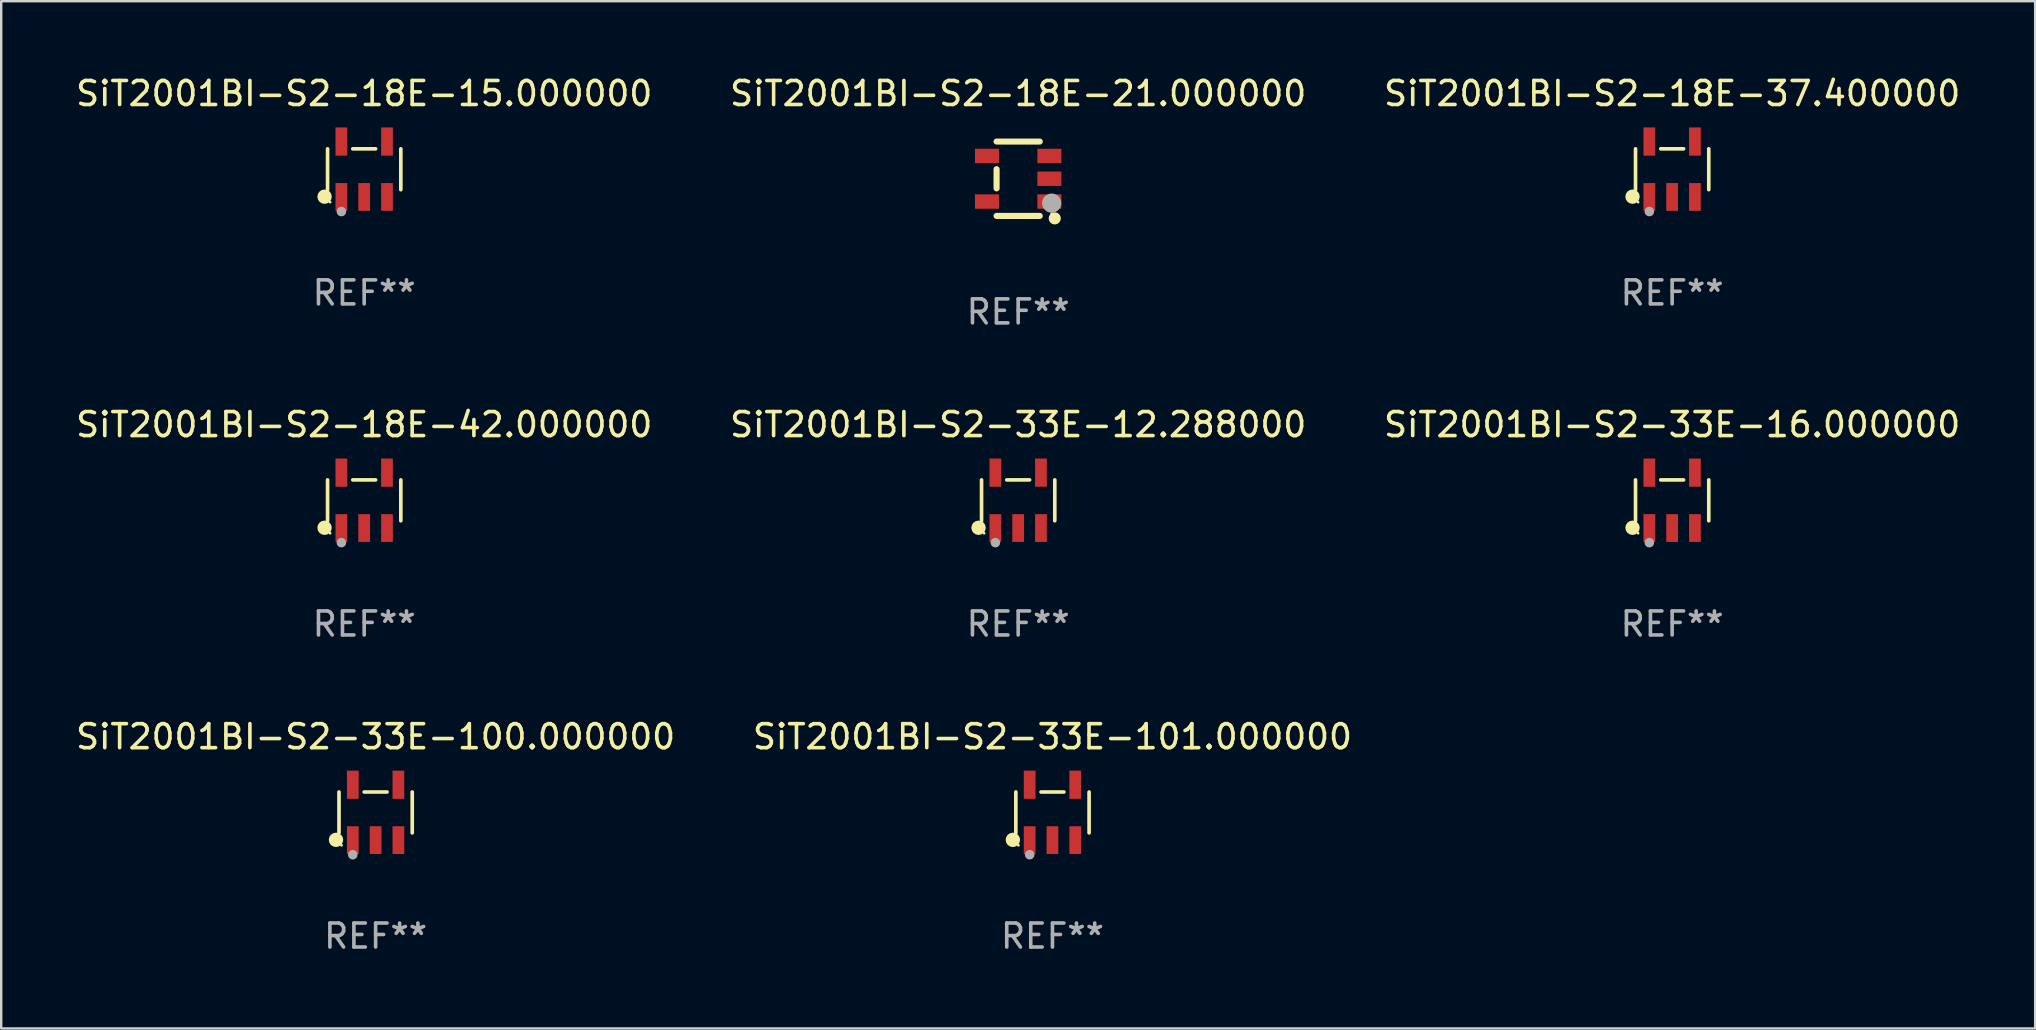
<source format=kicad_pcb>
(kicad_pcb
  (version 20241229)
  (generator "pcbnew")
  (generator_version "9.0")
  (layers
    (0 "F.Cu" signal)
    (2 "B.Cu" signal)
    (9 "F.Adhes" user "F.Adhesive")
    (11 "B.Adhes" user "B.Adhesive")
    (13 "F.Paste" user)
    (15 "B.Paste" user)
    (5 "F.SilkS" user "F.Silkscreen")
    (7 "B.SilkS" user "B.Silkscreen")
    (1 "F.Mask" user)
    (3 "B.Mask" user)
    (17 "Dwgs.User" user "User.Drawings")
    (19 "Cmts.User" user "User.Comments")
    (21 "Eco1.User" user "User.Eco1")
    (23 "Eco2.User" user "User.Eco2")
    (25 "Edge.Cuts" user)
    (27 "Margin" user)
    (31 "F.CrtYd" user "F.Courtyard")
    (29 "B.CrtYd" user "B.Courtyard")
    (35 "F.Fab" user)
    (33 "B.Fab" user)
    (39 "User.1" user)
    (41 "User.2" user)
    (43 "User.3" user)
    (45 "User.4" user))
  (footprint "SiT2001BI-S2-18E-37.400000"
    (layer "F.Cu")
    (at 66.625 4.002)
    (property "Reference" "SiT2001BI-S2-18E-37.400000" (at 0 -3.154 0) (layer "F.SilkS") (effects (font (size 1 1) (thickness 0.15))))
    (attr through_hole)
    (fp_line (start -1.526 0.851) (end -1.526 -0.851) (stroke (width 0.152) (type solid)) (layer "F.SilkS"))
    (fp_line (start 0.476 -0.851) (end -0.476 -0.851) (stroke (width 0.152) (type solid)) (layer "F.SilkS"))
    (fp_line (start 1.526 0.851) (end 1.526 -0.851) (stroke (width 0.152) (type solid)) (layer "F.SilkS"))
    (fp_circle (center -1.651 1.143) (end -1.501 1.143) (stroke (width 0.3) (type solid)) (fill no) (layer "F.SilkS"))
    (fp_circle (center -1.42 1.37) (end -1.39 1.37) (stroke (width 0.06) (type solid)) (fill no) (layer "F.SilkS"))
    (fp_circle (center -0.95 1.763) (end -0.85 1.763) (stroke (width 0.2) (type solid)) (fill no) (layer "F.Fab"))
    (fp_text user "REF**" (at 0 5.154 0) (layer "F.Fab") (effects (font (size 1 1) (thickness 0.15))))
    (pad "1" smd rect (at -0.95 1.154) (size 0.49 1.157) (layers "F.Cu" "F.Mask" "F.Paste"))
    (pad "2" smd rect (at 0 1.154) (size 0.49 1.157) (layers "F.Cu" "F.Mask" "F.Paste"))
    (pad "3" smd rect (at 0.95 1.154) (size 0.49 1.157) (layers "F.Cu" "F.Mask" "F.Paste"))
    (pad "4" smd rect (at 0.95 -1.154) (size 0.49 1.175) (layers "F.Cu" "F.Mask" "F.Paste"))
    (pad "5" smd rect (at -0.95 -1.154) (size 0.49 1.175) (layers "F.Cu" "F.Mask" "F.Paste")))
  (footprint "SiT2001BI-S2-18E-21.000000"
    (layer "F.Cu")
    (at 39.375 4.398)
    (property "Reference" "SiT2001BI-S2-18E-21.000000" (at 0 -3.55 0) (layer "F.SilkS") (effects (font (size 1 1) (thickness 0.15))))
    (attr through_hole)
    (fp_line (start -0.9 -1.55) (end 0.9 -1.55) (stroke (width 0.254) (type solid)) (layer "F.SilkS"))
    (fp_line (start -0.9 0.4) (end -0.9 -0.4) (stroke (width 0.254) (type solid)) (layer "F.SilkS"))
    (fp_line (start -0.9 1.55) (end 0.9 1.55) (stroke (width 0.254) (type solid)) (layer "F.SilkS"))
    (fp_circle (center 1.4 1.45) (end 1.43 1.45) (stroke (width 0.06) (type solid)) (fill no) (layer "F.SilkS"))
    (fp_circle (center 1.524 1.651) (end 1.651 1.651) (stroke (width 0.254) (type solid)) (fill no) (layer "F.SilkS"))
    (fp_circle (center 1.397 1.016) (end 1.597 1.016) (stroke (width 0.4) (type solid)) (fill no) (layer "F.Fab"))
    (fp_text user "REF**" (at 0 5.55 0) (layer "F.Fab") (effects (font (size 1 1) (thickness 0.15))))
    (pad "1" smd rect (at 1.3 0.95) (size 1 0.6) (layers "F.Cu" "F.Mask" "F.Paste"))
    (pad "2" smd rect (at 1.3 -0.000051) (size 1 0.6) (layers "F.Cu" "F.Mask" "F.Paste"))
    (pad "3" smd rect (at 1.3 -0.95) (size 1 0.6) (layers "F.Cu" "F.Mask" "F.Paste"))
    (pad "4" smd rect (at -1.3 -0.95) (size 1 0.6) (layers "F.Cu" "F.Mask" "F.Paste"))
    (pad "5" smd rect (at -1.3 0.95) (size 1 0.6) (layers "F.Cu" "F.Mask" "F.Paste")))
  (footprint "SiT2001BI-S2-33E-100.000000"
    (layer "F.Cu")
    (at 12.601 30.802)
    (property "Reference" "SiT2001BI-S2-33E-100.000000" (at 0 -3.154 0) (layer "F.SilkS") (effects (font (size 1 1) (thickness 0.15))))
    (attr through_hole)
    (fp_line (start -1.526 0.851) (end -1.526 -0.851) (stroke (width 0.152) (type solid)) (layer "F.SilkS"))
    (fp_line (start 0.476 -0.851) (end -0.476 -0.851) (stroke (width 0.152) (type solid)) (layer "F.SilkS"))
    (fp_line (start 1.526 0.851) (end 1.526 -0.851) (stroke (width 0.152) (type solid)) (layer "F.SilkS"))
    (fp_circle (center -1.651 1.143) (end -1.501 1.143) (stroke (width 0.3) (type solid)) (fill no) (layer "F.SilkS"))
    (fp_circle (center -1.42 1.37) (end -1.39 1.37) (stroke (width 0.06) (type solid)) (fill no) (layer "F.SilkS"))
    (fp_circle (center -0.95 1.763) (end -0.85 1.763) (stroke (width 0.2) (type solid)) (fill no) (layer "F.Fab"))
    (fp_text user "REF**" (at 0 5.154 0) (layer "F.Fab") (effects (font (size 1 1) (thickness 0.15))))
    (pad "1" smd rect (at -0.95 1.154) (size 0.49 1.157) (layers "F.Cu" "F.Mask" "F.Paste"))
    (pad "2" smd rect (at 0 1.154) (size 0.49 1.157) (layers "F.Cu" "F.Mask" "F.Paste"))
    (pad "3" smd rect (at 0.95 1.154) (size 0.49 1.157) (layers "F.Cu" "F.Mask" "F.Paste"))
    (pad "4" smd rect (at 0.95 -1.154) (size 0.49 1.175) (layers "F.Cu" "F.Mask" "F.Paste"))
    (pad "5" smd rect (at -0.95 -1.154) (size 0.49 1.175) (layers "F.Cu" "F.Mask" "F.Paste")))
  (footprint "SiT2001BI-S2-18E-42.000000"
    (layer "F.Cu")
    (at 12.125 17.798)
    (property "Reference" "SiT2001BI-S2-18E-42.000000" (at 0 -3.154 0) (layer "F.SilkS") (effects (font (size 1 1) (thickness 0.15))))
    (attr through_hole)
    (fp_line (start -1.526 0.851) (end -1.526 -0.851) (stroke (width 0.152) (type solid)) (layer "F.SilkS"))
    (fp_line (start 0.476 -0.851) (end -0.476 -0.851) (stroke (width 0.152) (type solid)) (layer "F.SilkS"))
    (fp_line (start 1.526 0.851) (end 1.526 -0.851) (stroke (width 0.152) (type solid)) (layer "F.SilkS"))
    (fp_circle (center -1.651 1.143) (end -1.501 1.143) (stroke (width 0.3) (type solid)) (fill no) (layer "F.SilkS"))
    (fp_circle (center -1.42 1.37) (end -1.39 1.37) (stroke (width 0.06) (type solid)) (fill no) (layer "F.SilkS"))
    (fp_circle (center -0.95 1.763) (end -0.85 1.763) (stroke (width 0.2) (type solid)) (fill no) (layer "F.Fab"))
    (fp_text user "REF**" (at 0 5.154 0) (layer "F.Fab") (effects (font (size 1 1) (thickness 0.15))))
    (pad "1" smd rect (at -0.95 1.154) (size 0.49 1.157) (layers "F.Cu" "F.Mask" "F.Paste"))
    (pad "2" smd rect (at 0 1.154) (size 0.49 1.157) (layers "F.Cu" "F.Mask" "F.Paste"))
    (pad "3" smd rect (at 0.95 1.154) (size 0.49 1.157) (layers "F.Cu" "F.Mask" "F.Paste"))
    (pad "4" smd rect (at 0.95 -1.154) (size 0.49 1.175) (layers "F.Cu" "F.Mask" "F.Paste"))
    (pad "5" smd rect (at -0.95 -1.154) (size 0.49 1.175) (layers "F.Cu" "F.Mask" "F.Paste")))
  (footprint "SiT2001BI-S2-33E-12.288000"
    (layer "F.Cu")
    (at 39.375 17.798)
    (property "Reference" "SiT2001BI-S2-33E-12.288000" (at 0 -3.154 0) (layer "F.SilkS") (effects (font (size 1 1) (thickness 0.15))))
    (attr through_hole)
    (fp_line (start -1.526 0.851) (end -1.526 -0.851) (stroke (width 0.152) (type solid)) (layer "F.SilkS"))
    (fp_line (start 0.476 -0.851) (end -0.476 -0.851) (stroke (width 0.152) (type solid)) (layer "F.SilkS"))
    (fp_line (start 1.526 0.851) (end 1.526 -0.851) (stroke (width 0.152) (type solid)) (layer "F.SilkS"))
    (fp_circle (center -1.651 1.143) (end -1.501 1.143) (stroke (width 0.3) (type solid)) (fill no) (layer "F.SilkS"))
    (fp_circle (center -1.42 1.37) (end -1.39 1.37) (stroke (width 0.06) (type solid)) (fill no) (layer "F.SilkS"))
    (fp_circle (center -0.95 1.763) (end -0.85 1.763) (stroke (width 0.2) (type solid)) (fill no) (layer "F.Fab"))
    (fp_text user "REF**" (at 0 5.154 0) (layer "F.Fab") (effects (font (size 1 1) (thickness 0.15))))
    (pad "1" smd rect (at -0.95 1.154) (size 0.49 1.157) (layers "F.Cu" "F.Mask" "F.Paste"))
    (pad "2" smd rect (at 0 1.154) (size 0.49 1.157) (layers "F.Cu" "F.Mask" "F.Paste"))
    (pad "3" smd rect (at 0.95 1.154) (size 0.49 1.157) (layers "F.Cu" "F.Mask" "F.Paste"))
    (pad "4" smd rect (at 0.95 -1.154) (size 0.49 1.175) (layers "F.Cu" "F.Mask" "F.Paste"))
    (pad "5" smd rect (at -0.95 -1.154) (size 0.49 1.175) (layers "F.Cu" "F.Mask" "F.Paste")))
  (footprint "SiT2001BI-S2-18E-15.000000"
    (layer "F.Cu")
    (at 12.125 4.002)
    (property "Reference" "SiT2001BI-S2-18E-15.000000" (at 0 -3.154 0) (layer "F.SilkS") (effects (font (size 1 1) (thickness 0.15))))
    (attr through_hole)
    (fp_line (start -1.526 0.851) (end -1.526 -0.851) (stroke (width 0.152) (type solid)) (layer "F.SilkS"))
    (fp_line (start 0.476 -0.851) (end -0.476 -0.851) (stroke (width 0.152) (type solid)) (layer "F.SilkS"))
    (fp_line (start 1.526 0.851) (end 1.526 -0.851) (stroke (width 0.152) (type solid)) (layer "F.SilkS"))
    (fp_circle (center -1.651 1.143) (end -1.501 1.143) (stroke (width 0.3) (type solid)) (fill no) (layer "F.SilkS"))
    (fp_circle (center -1.42 1.37) (end -1.39 1.37) (stroke (width 0.06) (type solid)) (fill no) (layer "F.SilkS"))
    (fp_circle (center -0.95 1.763) (end -0.85 1.763) (stroke (width 0.2) (type solid)) (fill no) (layer "F.Fab"))
    (fp_text user "REF**" (at 0 5.154 0) (layer "F.Fab") (effects (font (size 1 1) (thickness 0.15))))
    (pad "1" smd rect (at -0.95 1.154) (size 0.49 1.157) (layers "F.Cu" "F.Mask" "F.Paste"))
    (pad "2" smd rect (at 0 1.154) (size 0.49 1.157) (layers "F.Cu" "F.Mask" "F.Paste"))
    (pad "3" smd rect (at 0.95 1.154) (size 0.49 1.157) (layers "F.Cu" "F.Mask" "F.Paste"))
    (pad "4" smd rect (at 0.95 -1.154) (size 0.49 1.175) (layers "F.Cu" "F.Mask" "F.Paste"))
    (pad "5" smd rect (at -0.95 -1.154) (size 0.49 1.175) (layers "F.Cu" "F.Mask" "F.Paste")))
  (footprint "SiT2001BI-S2-33E-16.000000"
    (layer "F.Cu")
    (at 66.625 17.798)
    (property "Reference" "SiT2001BI-S2-33E-16.000000" (at 0 -3.154 0) (layer "F.SilkS") (effects (font (size 1 1) (thickness 0.15))))
    (attr through_hole)
    (fp_line (start -1.526 0.851) (end -1.526 -0.851) (stroke (width 0.152) (type solid)) (layer "F.SilkS"))
    (fp_line (start 0.476 -0.851) (end -0.476 -0.851) (stroke (width 0.152) (type solid)) (layer "F.SilkS"))
    (fp_line (start 1.526 0.851) (end 1.526 -0.851) (stroke (width 0.152) (type solid)) (layer "F.SilkS"))
    (fp_circle (center -1.651 1.143) (end -1.501 1.143) (stroke (width 0.3) (type solid)) (fill no) (layer "F.SilkS"))
    (fp_circle (center -1.42 1.37) (end -1.39 1.37) (stroke (width 0.06) (type solid)) (fill no) (layer "F.SilkS"))
    (fp_circle (center -0.95 1.763) (end -0.85 1.763) (stroke (width 0.2) (type solid)) (fill no) (layer "F.Fab"))
    (fp_text user "REF**" (at 0 5.154 0) (layer "F.Fab") (effects (font (size 1 1) (thickness 0.15))))
    (pad "1" smd rect (at -0.95 1.154) (size 0.49 1.157) (layers "F.Cu" "F.Mask" "F.Paste"))
    (pad "2" smd rect (at 0 1.154) (size 0.49 1.157) (layers "F.Cu" "F.Mask" "F.Paste"))
    (pad "3" smd rect (at 0.95 1.154) (size 0.49 1.157) (layers "F.Cu" "F.Mask" "F.Paste"))
    (pad "4" smd rect (at 0.95 -1.154) (size 0.49 1.175) (layers "F.Cu" "F.Mask" "F.Paste"))
    (pad "5" smd rect (at -0.95 -1.154) (size 0.49 1.175) (layers "F.Cu" "F.Mask" "F.Paste")))
  (footprint "SiT2001BI-S2-33E-101.000000"
    (layer "F.Cu")
    (at 40.804 30.802)
    (property "Reference" "SiT2001BI-S2-33E-101.000000" (at 0 -3.154 0) (layer "F.SilkS") (effects (font (size 1 1) (thickness 0.15))))
    (attr through_hole)
    (fp_line (start -1.526 0.851) (end -1.526 -0.851) (stroke (width 0.152) (type solid)) (layer "F.SilkS"))
    (fp_line (start 0.476 -0.851) (end -0.476 -0.851) (stroke (width 0.152) (type solid)) (layer "F.SilkS"))
    (fp_line (start 1.526 0.851) (end 1.526 -0.851) (stroke (width 0.152) (type solid)) (layer "F.SilkS"))
    (fp_circle (center -1.651 1.143) (end -1.501 1.143) (stroke (width 0.3) (type solid)) (fill no) (layer "F.SilkS"))
    (fp_circle (center -1.42 1.37) (end -1.39 1.37) (stroke (width 0.06) (type solid)) (fill no) (layer "F.SilkS"))
    (fp_circle (center -0.95 1.763) (end -0.85 1.763) (stroke (width 0.2) (type solid)) (fill no) (layer "F.Fab"))
    (fp_text user "REF**" (at 0 5.154 0) (layer "F.Fab") (effects (font (size 1 1) (thickness 0.15))))
    (pad "1" smd rect (at -0.95 1.154) (size 0.49 1.157) (layers "F.Cu" "F.Mask" "F.Paste"))
    (pad "2" smd rect (at 0 1.154) (size 0.49 1.157) (layers "F.Cu" "F.Mask" "F.Paste"))
    (pad "3" smd rect (at 0.95 1.154) (size 0.49 1.157) (layers "F.Cu" "F.Mask" "F.Paste"))
    (pad "4" smd rect (at 0.95 -1.154) (size 0.49 1.175) (layers "F.Cu" "F.Mask" "F.Paste"))
    (pad "5" smd rect (at -0.95 -1.154) (size 0.49 1.175) (layers "F.Cu" "F.Mask" "F.Paste")))
  (gr_rect
    (start -3 -3)
    (end 81.75 39.804)
    (stroke (width 0.1) (type default))
    (fill no)
    (layer "Edge.Cuts")))
</source>
